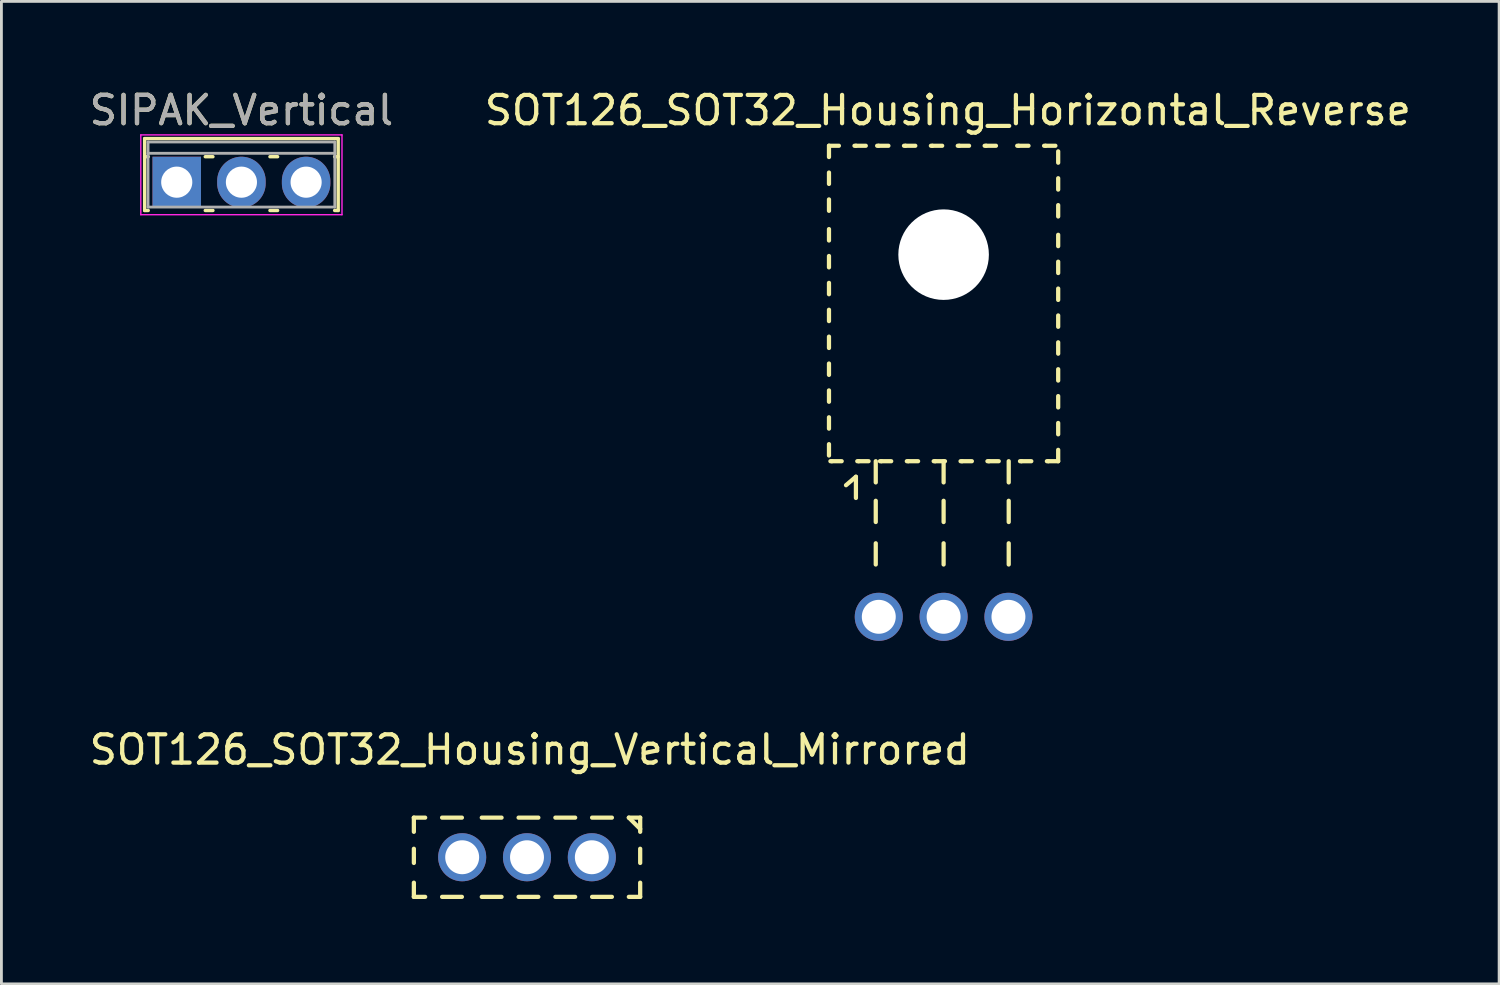
<source format=kicad_pcb>
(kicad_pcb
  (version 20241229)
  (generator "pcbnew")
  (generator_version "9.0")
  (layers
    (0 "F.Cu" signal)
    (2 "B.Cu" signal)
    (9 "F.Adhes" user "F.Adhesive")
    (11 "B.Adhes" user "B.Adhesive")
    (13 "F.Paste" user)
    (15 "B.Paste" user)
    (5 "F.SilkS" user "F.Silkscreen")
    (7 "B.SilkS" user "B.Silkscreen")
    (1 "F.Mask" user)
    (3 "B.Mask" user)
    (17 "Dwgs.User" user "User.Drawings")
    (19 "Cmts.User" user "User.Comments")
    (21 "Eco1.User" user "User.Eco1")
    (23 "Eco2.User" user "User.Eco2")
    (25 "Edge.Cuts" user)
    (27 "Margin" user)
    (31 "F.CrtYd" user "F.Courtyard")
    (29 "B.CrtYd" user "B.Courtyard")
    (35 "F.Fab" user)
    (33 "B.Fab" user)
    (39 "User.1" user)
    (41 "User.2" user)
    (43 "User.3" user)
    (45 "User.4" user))
  (footprint "SOT126_SOT32_Housing_Horizontal_Reverse"
    (layer "F.Cu")
    (at 30.297 18.748)
    (property "Reference" "SOT126_SOT32_Housing_Horizontal_Reverse" (at 0.15 -17.899 0) (layer "F.SilkS") (effects (font (size 1 1) (thickness 0.15))))
    (attr through_hole)
    (fp_line (start -4.051 -16.248) (end -4.051 -16.65) (stroke (width 0.15) (type solid)) (layer "F.SilkS"))
    (fp_line (start -4.051 -15.298) (end -4.051 -15.7) (stroke (width 0.15) (type solid)) (layer "F.SilkS"))
    (fp_line (start -4.051 -14.348) (end -4.051 -14.75) (stroke (width 0.15) (type solid)) (layer "F.SilkS"))
    (fp_line (start -4.051 -13.299) (end -4.051 -13.701) (stroke (width 0.15) (type solid)) (layer "F.SilkS"))
    (fp_line (start -4.051 -12.349) (end -4.051 -12.751) (stroke (width 0.15) (type solid)) (layer "F.SilkS"))
    (fp_line (start -4.051 -11.4) (end -4.051 -11.801) (stroke (width 0.15) (type solid)) (layer "F.SilkS"))
    (fp_line (start -4.051 -10.45) (end -4.051 -10.851) (stroke (width 0.15) (type solid)) (layer "F.SilkS"))
    (fp_line (start -4.051 -9.5) (end -4.051 -9.901) (stroke (width 0.15) (type solid)) (layer "F.SilkS"))
    (fp_line (start -4.051 -8.55) (end -4.051 -8.951) (stroke (width 0.15) (type solid)) (layer "F.SilkS"))
    (fp_line (start -4.051 -7.6) (end -4.051 -8.001) (stroke (width 0.15) (type solid)) (layer "F.SilkS"))
    (fp_line (start -4.051 -6.65) (end -4.051 -7.051) (stroke (width 0.15) (type solid)) (layer "F.SilkS"))
    (fp_line (start -4.051 -5.7) (end -4.051 -6.101) (stroke (width 0.15) (type solid)) (layer "F.SilkS"))
    (fp_line (start -3.95 -5.499) (end -4 -5.499) (stroke (width 0.15) (type solid)) (layer "F.SilkS"))
    (fp_line (start -3.701 -16.647) (end -4.049 -16.647) (stroke (width 0.15) (type solid)) (layer "F.SilkS"))
    (fp_line (start -3.602 -5.499) (end -3.95 -5.499) (stroke (width 0.15) (type solid)) (layer "F.SilkS"))
    (fp_line (start -3.449 -4.651) (end -3.099 -4.95) (stroke (width 0.15) (type solid)) (layer "F.SilkS"))
    (fp_line (start -3.099 -16.647) (end -3.15 -16.647) (stroke (width 0.15) (type solid)) (layer "F.SilkS"))
    (fp_line (start -3.099 -4.95) (end -3.099 -4.201) (stroke (width 0.15) (type solid)) (layer "F.SilkS"))
    (fp_line (start -3 -5.499) (end -3.051 -5.499) (stroke (width 0.15) (type solid)) (layer "F.SilkS"))
    (fp_line (start -2.751 -16.647) (end -3.099 -16.647) (stroke (width 0.15) (type solid)) (layer "F.SilkS"))
    (fp_line (start -2.652 -5.499) (end -3 -5.499) (stroke (width 0.15) (type solid)) (layer "F.SilkS"))
    (fp_line (start -2.398 -5.499) (end -2.398 -4.75) (stroke (width 0.15) (type solid)) (layer "F.SilkS"))
    (fp_line (start -2.398 -4.1) (end -2.398 -3.35) (stroke (width 0.15) (type solid)) (layer "F.SilkS"))
    (fp_line (start -2.398 -2.598) (end -2.398 -1.849) (stroke (width 0.15) (type solid)) (layer "F.SilkS"))
    (fp_line (start -2.299 -16.647) (end -2.349 -16.647) (stroke (width 0.15) (type solid)) (layer "F.SilkS"))
    (fp_line (start -2.2 -5.499) (end -2.25 -5.499) (stroke (width 0.15) (type solid)) (layer "F.SilkS"))
    (fp_line (start -1.951 -16.647) (end -2.299 -16.647) (stroke (width 0.15) (type solid)) (layer "F.SilkS"))
    (fp_line (start -1.852 -5.499) (end -2.2 -5.499) (stroke (width 0.15) (type solid)) (layer "F.SilkS"))
    (fp_line (start -1.349 -16.647) (end -1.4 -16.647) (stroke (width 0.15) (type solid)) (layer "F.SilkS"))
    (fp_line (start -1.25 -5.499) (end -1.3 -5.499) (stroke (width 0.15) (type solid)) (layer "F.SilkS"))
    (fp_line (start -1.001 -16.647) (end -1.349 -16.647) (stroke (width 0.15) (type solid)) (layer "F.SilkS"))
    (fp_line (start -0.902 -5.499) (end -1.25 -5.499) (stroke (width 0.15) (type solid)) (layer "F.SilkS"))
    (fp_line (start -0.399 -16.647) (end -0.45 -16.647) (stroke (width 0.15) (type solid)) (layer "F.SilkS"))
    (fp_line (start -0.3 -5.499) (end -0.351 -5.499) (stroke (width 0.15) (type solid)) (layer "F.SilkS"))
    (fp_line (start -0.051 -16.647) (end -0.399 -16.647) (stroke (width 0.15) (type solid)) (layer "F.SilkS"))
    (fp_line (start 0 -5.499) (end 0 -4.75) (stroke (width 0.15) (type solid)) (layer "F.SilkS"))
    (fp_line (start 0 -4.1) (end 0 -3.35) (stroke (width 0.15) (type solid)) (layer "F.SilkS"))
    (fp_line (start 0 -2.598) (end 0 -1.849) (stroke (width 0.15) (type solid)) (layer "F.SilkS"))
    (fp_line (start 0.048 -5.499) (end -0.3 -5.499) (stroke (width 0.15) (type solid)) (layer "F.SilkS"))
    (fp_line (start 0.551 -16.647) (end 0.5 -16.647) (stroke (width 0.15) (type solid)) (layer "F.SilkS"))
    (fp_line (start 0.65 -5.499) (end 0.599 -5.499) (stroke (width 0.15) (type solid)) (layer "F.SilkS"))
    (fp_line (start 0.899 -16.647) (end 0.551 -16.647) (stroke (width 0.15) (type solid)) (layer "F.SilkS"))
    (fp_line (start 0.998 -5.499) (end 0.65 -5.499) (stroke (width 0.15) (type solid)) (layer "F.SilkS"))
    (fp_line (start 1.501 -16.647) (end 1.45 -16.647) (stroke (width 0.15) (type solid)) (layer "F.SilkS"))
    (fp_line (start 1.6 -5.499) (end 1.549 -5.499) (stroke (width 0.15) (type solid)) (layer "F.SilkS"))
    (fp_line (start 1.849 -16.647) (end 1.501 -16.647) (stroke (width 0.15) (type solid)) (layer "F.SilkS"))
    (fp_line (start 1.948 -5.499) (end 1.6 -5.499) (stroke (width 0.15) (type solid)) (layer "F.SilkS"))
    (fp_line (start 2.301 -5.499) (end 2.301 -4.75) (stroke (width 0.15) (type solid)) (layer "F.SilkS"))
    (fp_line (start 2.301 -4.1) (end 2.301 -3.35) (stroke (width 0.15) (type solid)) (layer "F.SilkS"))
    (fp_line (start 2.301 -2.598) (end 2.301 -1.849) (stroke (width 0.15) (type solid)) (layer "F.SilkS"))
    (fp_line (start 2.652 -16.647) (end 2.601 -16.647) (stroke (width 0.15) (type solid)) (layer "F.SilkS"))
    (fp_line (start 2.751 -5.499) (end 2.7 -5.499) (stroke (width 0.15) (type solid)) (layer "F.SilkS"))
    (fp_line (start 3 -16.647) (end 2.652 -16.647) (stroke (width 0.15) (type solid)) (layer "F.SilkS"))
    (fp_line (start 3.099 -5.499) (end 2.751 -5.499) (stroke (width 0.15) (type solid)) (layer "F.SilkS"))
    (fp_line (start 3.602 -16.647) (end 3.551 -16.647) (stroke (width 0.15) (type solid)) (layer "F.SilkS"))
    (fp_line (start 3.701 -5.499) (end 3.65 -5.499) (stroke (width 0.15) (type solid)) (layer "F.SilkS"))
    (fp_line (start 3.95 -16.647) (end 3.602 -16.647) (stroke (width 0.15) (type solid)) (layer "F.SilkS"))
    (fp_line (start 4.049 -16.048) (end 4.049 -16.449) (stroke (width 0.15) (type solid)) (layer "F.SilkS"))
    (fp_line (start 4.049 -15.098) (end 4.049 -15.499) (stroke (width 0.15) (type solid)) (layer "F.SilkS"))
    (fp_line (start 4.049 -14.148) (end 4.049 -14.549) (stroke (width 0.15) (type solid)) (layer "F.SilkS"))
    (fp_line (start 4.049 -13.099) (end 4.049 -13.5) (stroke (width 0.15) (type solid)) (layer "F.SilkS"))
    (fp_line (start 4.049 -12.149) (end 4.049 -12.55) (stroke (width 0.15) (type solid)) (layer "F.SilkS"))
    (fp_line (start 4.049 -11.199) (end 4.049 -11.6) (stroke (width 0.15) (type solid)) (layer "F.SilkS"))
    (fp_line (start 4.049 -10.249) (end 4.049 -10.65) (stroke (width 0.15) (type solid)) (layer "F.SilkS"))
    (fp_line (start 4.049 -9.299) (end 4.049 -9.7) (stroke (width 0.15) (type solid)) (layer "F.SilkS"))
    (fp_line (start 4.049 -8.349) (end 4.049 -8.75) (stroke (width 0.15) (type solid)) (layer "F.SilkS"))
    (fp_line (start 4.049 -7.399) (end 4.049 -7.8) (stroke (width 0.15) (type solid)) (layer "F.SilkS"))
    (fp_line (start 4.049 -6.449) (end 4.049 -6.85) (stroke (width 0.15) (type solid)) (layer "F.SilkS"))
    (fp_line (start 4.049 -5.499) (end 3.701 -5.499) (stroke (width 0.15) (type solid)) (layer "F.SilkS"))
    (fp_line (start 4.049 -5.499) (end 4.049 -5.9) (stroke (width 0.15) (type solid)) (layer "F.SilkS"))
    (pad "" np_thru_hole circle (at 0 -12.799) (size 3.2 3.2) (drill 3.2) (layers "*.Cu" "*.Mask"))
    (pad "1" thru_hole circle (at -2.291 0) (size 1.699 1.699) (drill 1.199) (layers "*.Cu" "*.Mask"))
    (pad "2" thru_hole circle (at 0 0) (size 1.699 1.699) (drill 1.199) (layers "*.Cu" "*.Mask"))
    (pad "3" thru_hole circle (at 2.291 0) (size 1.699 1.699) (drill 1.199) (layers "*.Cu" "*.Mask")))
  (footprint "SOT126_SOT32_Housing_Vertical_Mirrored"
    (layer "F.Cu")
    (at 15.574 27.245)
    (property "Reference" "SOT126_SOT32_Housing_Vertical_Mirrored" (at 0.099 -3.8 0) (layer "F.SilkS") (effects (font (size 1 1) (thickness 0.15))))
    (attr through_hole)
    (fp_line (start -4 -1.4) (end -3.599 -1.4) (stroke (width 0.15) (type solid)) (layer "F.SilkS"))
    (fp_line (start -4 1.4) (end -3.599 1.4) (stroke (width 0.15) (type solid)) (layer "F.SilkS"))
    (fp_line (start -3.998 -1.4) (end -3.998 -0.899) (stroke (width 0.15) (type solid)) (layer "F.SilkS"))
    (fp_line (start -3.998 -0.3) (end -3.998 0.201) (stroke (width 0.15) (type solid)) (layer "F.SilkS"))
    (fp_line (start -3.998 1.4) (end -3.998 0.899) (stroke (width 0.15) (type solid)) (layer "F.SilkS"))
    (fp_line (start -3 -1.4) (end -2.301 -1.4) (stroke (width 0.15) (type solid)) (layer "F.SilkS"))
    (fp_line (start -3 1.4) (end -2.301 1.4) (stroke (width 0.15) (type solid)) (layer "F.SilkS"))
    (fp_line (start -0.899 -1.4) (end -1.598 -1.4) (stroke (width 0.15) (type solid)) (layer "F.SilkS"))
    (fp_line (start -0.899 1.4) (end -1.598 1.4) (stroke (width 0.15) (type solid)) (layer "F.SilkS"))
    (fp_line (start 0.401 -1.4) (end -0.297 -1.4) (stroke (width 0.15) (type solid)) (layer "F.SilkS"))
    (fp_line (start 0.401 1.4) (end -0.297 1.4) (stroke (width 0.15) (type solid)) (layer "F.SilkS"))
    (fp_line (start 1.702 -1.4) (end 1.003 -1.4) (stroke (width 0.15) (type solid)) (layer "F.SilkS"))
    (fp_line (start 1.702 1.4) (end 1.003 1.4) (stroke (width 0.15) (type solid)) (layer "F.SilkS"))
    (fp_line (start 3 -1.4) (end 2.301 -1.4) (stroke (width 0.15) (type solid)) (layer "F.SilkS"))
    (fp_line (start 3 1.4) (end 2.301 1.4) (stroke (width 0.15) (type solid)) (layer "F.SilkS"))
    (fp_line (start 3.599 -1.4) (end 4 -1.001) (stroke (width 0.15) (type solid)) (layer "F.SilkS"))
    (fp_line (start 4 -1.4) (end 3.599 -1.4) (stroke (width 0.15) (type solid)) (layer "F.SilkS"))
    (fp_line (start 4 -1.4) (end 4 -0.899) (stroke (width 0.15) (type solid)) (layer "F.SilkS"))
    (fp_line (start 4 -0.3) (end 4 0.201) (stroke (width 0.15) (type solid)) (layer "F.SilkS"))
    (fp_line (start 4 1.4) (end 3.599 1.4) (stroke (width 0.15) (type solid)) (layer "F.SilkS"))
    (fp_line (start 4 1.4) (end 4 0.899) (stroke (width 0.15) (type solid)) (layer "F.SilkS"))
    (pad "1" thru_hole circle (at 2.291 0) (size 1.699 1.699) (drill 1.199) (layers "*.Cu" "*.Mask"))
    (pad "2" thru_hole circle (at 0 0) (size 1.699 1.699) (drill 1.199) (layers "*.Cu" "*.Mask"))
    (pad "3" thru_hole circle (at -2.291 0) (size 1.699 1.699) (drill 1.199) (layers "*.Cu" "*.Mask")))
  (footprint "SIPAK_Vertical"
    (layer "F.Cu")
    (at 3.196 3.388)
    (property "Reference" "SIPAK_Vertical" (at 2.286 -2.54 0) (layer "F.SilkS") (effects (font (size 1 1) (thickness 0.15))))
    (attr through_hole)
    (fp_line (start -1.134 -1.54) (end -1.134 1) (stroke (width 0.12) (type solid)) (layer "F.SilkS"))
    (fp_line (start -1.134 -1.54) (end 5.706 -1.54) (stroke (width 0.12) (type solid)) (layer "F.SilkS"))
    (fp_line (start -1.134 -0.9) (end -1.008 -0.9) (stroke (width 0.12) (type solid)) (layer "F.SilkS"))
    (fp_line (start -1.134 1) (end -1.008 1) (stroke (width 0.12) (type solid)) (layer "F.SilkS"))
    (fp_line (start 1.008 -0.9) (end 1.279 -0.9) (stroke (width 0.12) (type solid)) (layer "F.SilkS"))
    (fp_line (start 1.008 1) (end 1.279 1) (stroke (width 0.12) (type solid)) (layer "F.SilkS"))
    (fp_line (start 3.294 -0.9) (end 3.565 -0.9) (stroke (width 0.12) (type solid)) (layer "F.SilkS"))
    (fp_line (start 3.294 1) (end 3.565 1) (stroke (width 0.12) (type solid)) (layer "F.SilkS"))
    (fp_line (start 5.58 -0.9) (end 5.706 -0.9) (stroke (width 0.12) (type solid)) (layer "F.SilkS"))
    (fp_line (start 5.58 1) (end 5.706 1) (stroke (width 0.12) (type solid)) (layer "F.SilkS"))
    (fp_line (start 5.706 -1.54) (end 5.706 1) (stroke (width 0.12) (type solid)) (layer "F.SilkS"))
    (fp_line (start -1.27 -1.67) (end -1.27 1.15) (stroke (width 0.05) (type solid)) (layer "F.CrtYd"))
    (fp_line (start -1.27 1.15) (end 5.84 1.15) (stroke (width 0.05) (type solid)) (layer "F.CrtYd"))
    (fp_line (start 5.84 -1.67) (end -1.27 -1.67) (stroke (width 0.05) (type solid)) (layer "F.CrtYd"))
    (fp_line (start 5.84 1.15) (end 5.84 -1.67) (stroke (width 0.05) (type solid)) (layer "F.CrtYd"))
    (fp_line (start -1.014 -1.42) (end -1.014 0.88) (stroke (width 0.1) (type solid)) (layer "F.Fab"))
    (fp_line (start -1.014 -1.02) (end 5.586 -1.02) (stroke (width 0.1) (type solid)) (layer "F.Fab"))
    (fp_line (start -1.014 0.88) (end 5.586 0.88) (stroke (width 0.1) (type solid)) (layer "F.Fab"))
    (fp_line (start 5.586 -1.42) (end -1.014 -1.42) (stroke (width 0.1) (type solid)) (layer "F.Fab"))
    (fp_line (start 5.586 0.88) (end 5.586 -1.42) (stroke (width 0.1) (type solid)) (layer "F.Fab"))
    (fp_text user "${REFERENCE}" (at 2.286 -2.54 0) (layer "F.Fab") (effects (font (size 1 1) (thickness 0.15))))
    (pad "1" thru_hole rect (at 0 0) (size 1.714 1.8) (drill 1.1) (layers "*.Cu" "*.Mask"))
    (pad "2" thru_hole oval (at 2.286 0) (size 1.714 1.8) (drill 1.1) (layers "*.Cu" "*.Mask"))
    (pad "3" thru_hole oval (at 4.572 0) (size 1.714 1.8) (drill 1.1) (layers "*.Cu" "*.Mask")))
  (gr_rect
    (start -3 -3)
    (end 49.929 31.72)
    (stroke (width 0.1) (type default))
    (fill no)
    (layer "Edge.Cuts")))
</source>
